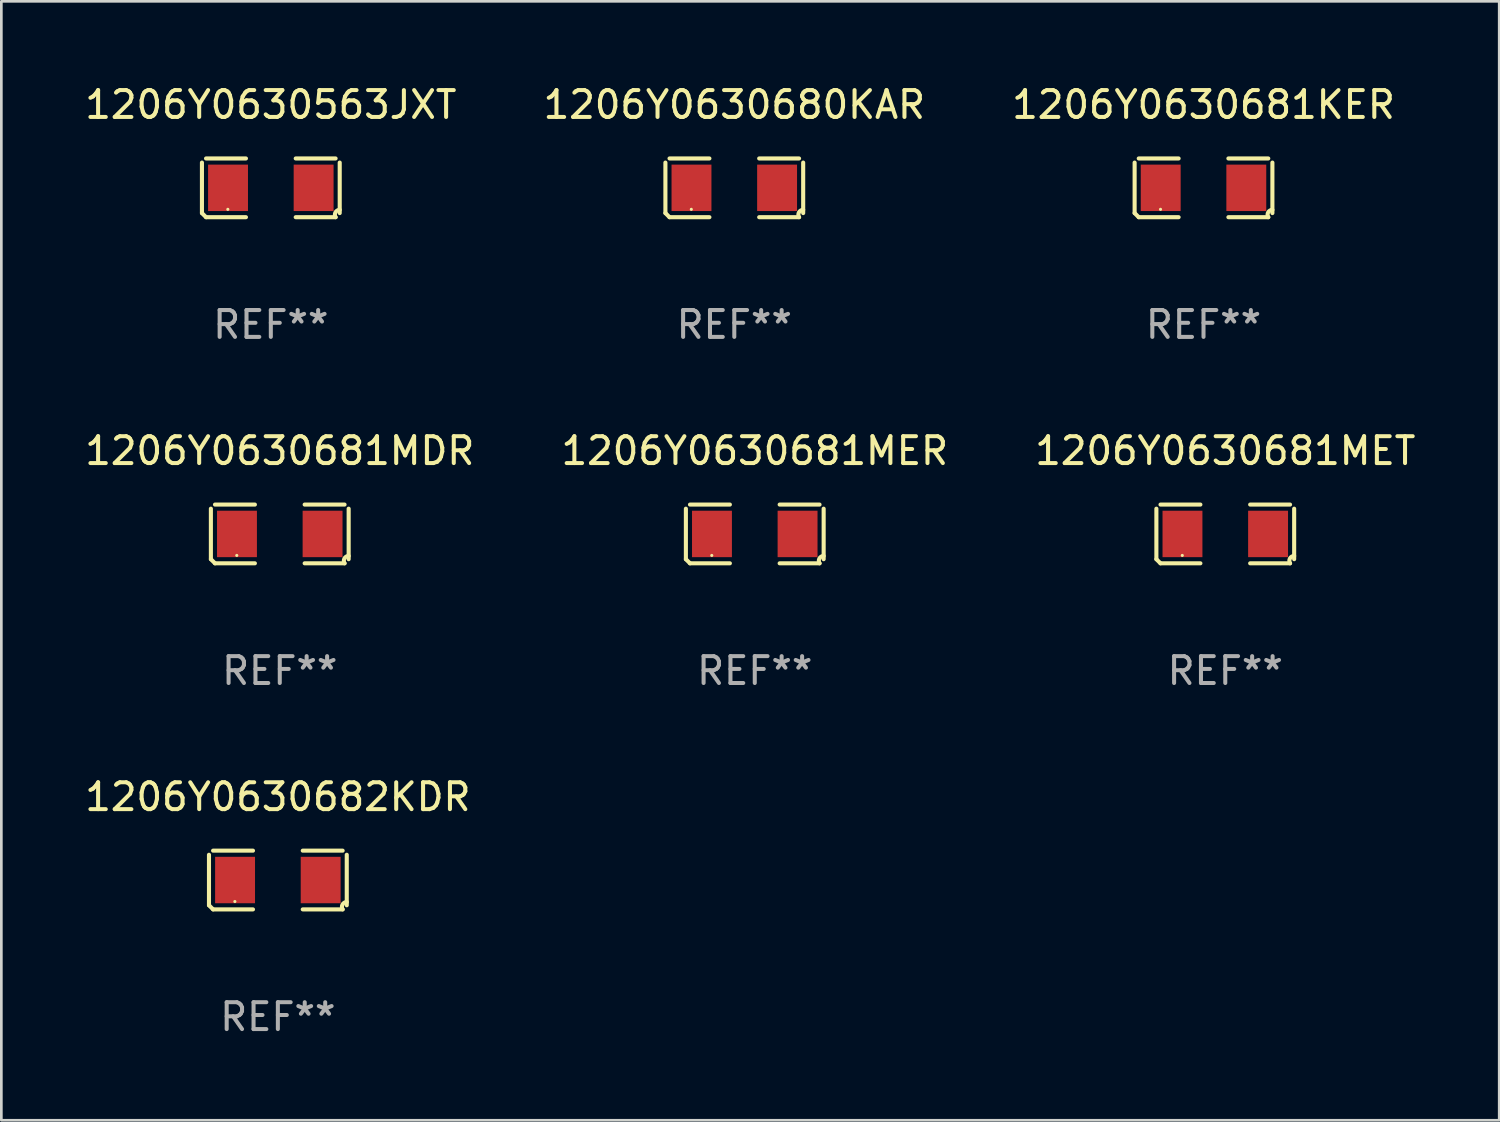
<source format=kicad_pcb>
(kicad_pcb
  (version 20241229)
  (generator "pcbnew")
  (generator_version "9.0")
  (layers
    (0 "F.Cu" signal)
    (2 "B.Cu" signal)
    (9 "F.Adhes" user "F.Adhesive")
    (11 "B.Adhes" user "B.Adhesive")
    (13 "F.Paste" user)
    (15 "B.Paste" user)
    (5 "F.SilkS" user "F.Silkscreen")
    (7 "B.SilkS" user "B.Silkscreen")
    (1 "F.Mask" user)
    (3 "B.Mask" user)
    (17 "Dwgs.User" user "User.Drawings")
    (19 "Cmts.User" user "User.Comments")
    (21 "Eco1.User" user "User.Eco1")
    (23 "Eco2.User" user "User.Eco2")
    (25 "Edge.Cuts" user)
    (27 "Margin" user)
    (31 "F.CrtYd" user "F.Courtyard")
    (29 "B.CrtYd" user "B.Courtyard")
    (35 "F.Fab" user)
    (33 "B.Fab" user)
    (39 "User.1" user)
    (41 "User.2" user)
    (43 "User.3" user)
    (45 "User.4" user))
  (footprint "1206Y0630681MET"
    (layer "F.Cu")
    (at 42.554 16.823)
    (property "Reference" "1206Y0630681MET" (at 0 -3.093 0) (layer "F.SilkS") (effects (font (size 1 1) (thickness 0.15))))
    (attr through_hole)
    (fp_line (start -2.564 0.94) (end -2.564 -0.94) (stroke (width 0.152) (type solid)) (layer "F.SilkS"))
    (fp_line (start -2.411 -1.093) (end -0.926 -1.093) (stroke (width 0.152) (type solid)) (layer "F.SilkS"))
    (fp_line (start -0.926 1.093) (end -2.411 1.093) (stroke (width 0.152) (type solid)) (layer "F.SilkS"))
    (fp_line (start 0.926 1.093) (end 2.411 1.093) (stroke (width 0.152) (type solid)) (layer "F.SilkS"))
    (fp_line (start 2.411 -1.093) (end 0.926 -1.093) (stroke (width 0.152) (type solid)) (layer "F.SilkS"))
    (fp_line (start 2.564 0.94) (end 2.564 -0.94) (stroke (width 0.152) (type solid)) (layer "F.SilkS"))
    (fp_arc (start -2.411201 1.092609) (mid -2.487413 1.01642) (end -2.563602 0.940208) (stroke (width 0.1524) (type solid)) (layer "F.SilkS"))
    (fp_arc (start 2.411201 1.092609) (mid 2.407159 0.911226) (end 2.563602 0.819347) (stroke (width 0.1524) (type solid)) (layer "F.SilkS"))
    (fp_circle (center -1.6 0.8) (end -1.57 0.8) (stroke (width 0.06) (type solid)) (fill no) (layer "F.SilkS"))
    (fp_text user "REF**" (at 0 5.093 0) (layer "F.Fab") (effects (font (size 1 1) (thickness 0.15))))
    (pad "1" smd rect (at -1.593 0) (size 1.485 1.728) (layers "F.Cu" "F.Mask" "F.Paste"))
    (pad "2" smd rect (at 1.593 0) (size 1.485 1.728) (layers "F.Cu" "F.Mask" "F.Paste")))
  (footprint "1206Y0630680KAR"
    (layer "F.Cu")
    (at 24.28 3.941)
    (property "Reference" "1206Y0630680KAR" (at 0 -3.093 0) (layer "F.SilkS") (effects (font (size 1 1) (thickness 0.15))))
    (attr through_hole)
    (fp_line (start -2.564 0.94) (end -2.564 -0.94) (stroke (width 0.152) (type solid)) (layer "F.SilkS"))
    (fp_line (start -2.411 -1.093) (end -0.926 -1.093) (stroke (width 0.152) (type solid)) (layer "F.SilkS"))
    (fp_line (start -0.926 1.093) (end -2.411 1.093) (stroke (width 0.152) (type solid)) (layer "F.SilkS"))
    (fp_line (start 0.926 1.093) (end 2.411 1.093) (stroke (width 0.152) (type solid)) (layer "F.SilkS"))
    (fp_line (start 2.411 -1.093) (end 0.926 -1.093) (stroke (width 0.152) (type solid)) (layer "F.SilkS"))
    (fp_line (start 2.564 0.94) (end 2.564 -0.94) (stroke (width 0.152) (type solid)) (layer "F.SilkS"))
    (fp_arc (start -2.411201 1.092609) (mid -2.487413 1.01642) (end -2.563602 0.940208) (stroke (width 0.1524) (type solid)) (layer "F.SilkS"))
    (fp_arc (start 2.411201 1.092609) (mid 2.407159 0.911226) (end 2.563602 0.819347) (stroke (width 0.1524) (type solid)) (layer "F.SilkS"))
    (fp_circle (center -1.6 0.8) (end -1.57 0.8) (stroke (width 0.06) (type solid)) (fill no) (layer "F.SilkS"))
    (fp_text user "REF**" (at 0 5.093 0) (layer "F.Fab") (effects (font (size 1 1) (thickness 0.15))))
    (pad "1" smd rect (at -1.593 0) (size 1.485 1.728) (layers "F.Cu" "F.Mask" "F.Paste"))
    (pad "2" smd rect (at 1.593 0) (size 1.485 1.728) (layers "F.Cu" "F.Mask" "F.Paste")))
  (footprint "1206Y0630681MER"
    (layer "F.Cu")
    (at 25.042 16.823)
    (property "Reference" "1206Y0630681MER" (at 0 -3.093 0) (layer "F.SilkS") (effects (font (size 1 1) (thickness 0.15))))
    (attr through_hole)
    (fp_line (start -2.564 0.94) (end -2.564 -0.94) (stroke (width 0.152) (type solid)) (layer "F.SilkS"))
    (fp_line (start -2.411 -1.093) (end -0.926 -1.093) (stroke (width 0.152) (type solid)) (layer "F.SilkS"))
    (fp_line (start -0.926 1.093) (end -2.411 1.093) (stroke (width 0.152) (type solid)) (layer "F.SilkS"))
    (fp_line (start 0.926 1.093) (end 2.411 1.093) (stroke (width 0.152) (type solid)) (layer "F.SilkS"))
    (fp_line (start 2.411 -1.093) (end 0.926 -1.093) (stroke (width 0.152) (type solid)) (layer "F.SilkS"))
    (fp_line (start 2.564 0.94) (end 2.564 -0.94) (stroke (width 0.152) (type solid)) (layer "F.SilkS"))
    (fp_arc (start -2.411201 1.092609) (mid -2.487413 1.01642) (end -2.563602 0.940208) (stroke (width 0.1524) (type solid)) (layer "F.SilkS"))
    (fp_arc (start 2.411201 1.092609) (mid 2.407159 0.911226) (end 2.563602 0.819347) (stroke (width 0.1524) (type solid)) (layer "F.SilkS"))
    (fp_circle (center -1.6 0.8) (end -1.57 0.8) (stroke (width 0.06) (type solid)) (fill no) (layer "F.SilkS"))
    (fp_text user "REF**" (at 0 5.093 0) (layer "F.Fab") (effects (font (size 1 1) (thickness 0.15))))
    (pad "1" smd rect (at -1.593 0) (size 1.485 1.728) (layers "F.Cu" "F.Mask" "F.Paste"))
    (pad "2" smd rect (at 1.593 0) (size 1.485 1.728) (layers "F.Cu" "F.Mask" "F.Paste")))
  (footprint "1206Y0630681MDR"
    (layer "F.Cu")
    (at 7.363 16.823)
    (property "Reference" "1206Y0630681MDR" (at 0 -3.093 0) (layer "F.SilkS") (effects (font (size 1 1) (thickness 0.15))))
    (attr through_hole)
    (fp_line (start -2.564 0.94) (end -2.564 -0.94) (stroke (width 0.152) (type solid)) (layer "F.SilkS"))
    (fp_line (start -2.411 -1.093) (end -0.926 -1.093) (stroke (width 0.152) (type solid)) (layer "F.SilkS"))
    (fp_line (start -0.926 1.093) (end -2.411 1.093) (stroke (width 0.152) (type solid)) (layer "F.SilkS"))
    (fp_line (start 0.926 1.093) (end 2.411 1.093) (stroke (width 0.152) (type solid)) (layer "F.SilkS"))
    (fp_line (start 2.411 -1.093) (end 0.926 -1.093) (stroke (width 0.152) (type solid)) (layer "F.SilkS"))
    (fp_line (start 2.564 0.94) (end 2.564 -0.94) (stroke (width 0.152) (type solid)) (layer "F.SilkS"))
    (fp_arc (start -2.411201 1.092609) (mid -2.487413 1.01642) (end -2.563602 0.940208) (stroke (width 0.1524) (type solid)) (layer "F.SilkS"))
    (fp_arc (start 2.411201 1.092609) (mid 2.407159 0.911226) (end 2.563602 0.819347) (stroke (width 0.1524) (type solid)) (layer "F.SilkS"))
    (fp_circle (center -1.6 0.8) (end -1.57 0.8) (stroke (width 0.06) (type solid)) (fill no) (layer "F.SilkS"))
    (fp_text user "REF**" (at 0 5.093 0) (layer "F.Fab") (effects (font (size 1 1) (thickness 0.15))))
    (pad "1" smd rect (at -1.593 0) (size 1.485 1.728) (layers "F.Cu" "F.Mask" "F.Paste"))
    (pad "2" smd rect (at 1.593 0) (size 1.485 1.728) (layers "F.Cu" "F.Mask" "F.Paste")))
  (footprint "1206Y0630682KDR"
    (layer "F.Cu")
    (at 7.292 29.704)
    (property "Reference" "1206Y0630682KDR" (at 0 -3.093 0) (layer "F.SilkS") (effects (font (size 1 1) (thickness 0.15))))
    (attr through_hole)
    (fp_line (start -2.564 0.94) (end -2.564 -0.94) (stroke (width 0.152) (type solid)) (layer "F.SilkS"))
    (fp_line (start -2.411 -1.093) (end -0.926 -1.093) (stroke (width 0.152) (type solid)) (layer "F.SilkS"))
    (fp_line (start -0.926 1.093) (end -2.411 1.093) (stroke (width 0.152) (type solid)) (layer "F.SilkS"))
    (fp_line (start 0.926 1.093) (end 2.411 1.093) (stroke (width 0.152) (type solid)) (layer "F.SilkS"))
    (fp_line (start 2.411 -1.093) (end 0.926 -1.093) (stroke (width 0.152) (type solid)) (layer "F.SilkS"))
    (fp_line (start 2.564 0.94) (end 2.564 -0.94) (stroke (width 0.152) (type solid)) (layer "F.SilkS"))
    (fp_arc (start -2.411201 1.092609) (mid -2.487413 1.01642) (end -2.563602 0.940208) (stroke (width 0.1524) (type solid)) (layer "F.SilkS"))
    (fp_arc (start 2.411201 1.092609) (mid 2.407159 0.911226) (end 2.563602 0.819347) (stroke (width 0.1524) (type solid)) (layer "F.SilkS"))
    (fp_circle (center -1.6 0.8) (end -1.57 0.8) (stroke (width 0.06) (type solid)) (fill no) (layer "F.SilkS"))
    (fp_text user "REF**" (at 0 5.093 0) (layer "F.Fab") (effects (font (size 1 1) (thickness 0.15))))
    (pad "1" smd rect (at -1.593 0) (size 1.485 1.728) (layers "F.Cu" "F.Mask" "F.Paste"))
    (pad "2" smd rect (at 1.593 0) (size 1.485 1.728) (layers "F.Cu" "F.Mask" "F.Paste")))
  (footprint "1206Y0630563JXT"
    (layer "F.Cu")
    (at 7.03 3.941)
    (property "Reference" "1206Y0630563JXT" (at 0 -3.093 0) (layer "F.SilkS") (effects (font (size 1 1) (thickness 0.15))))
    (attr through_hole)
    (fp_line (start -2.564 0.94) (end -2.564 -0.94) (stroke (width 0.152) (type solid)) (layer "F.SilkS"))
    (fp_line (start -2.411 -1.093) (end -0.926 -1.093) (stroke (width 0.152) (type solid)) (layer "F.SilkS"))
    (fp_line (start -0.926 1.093) (end -2.411 1.093) (stroke (width 0.152) (type solid)) (layer "F.SilkS"))
    (fp_line (start 0.926 1.093) (end 2.411 1.093) (stroke (width 0.152) (type solid)) (layer "F.SilkS"))
    (fp_line (start 2.411 -1.093) (end 0.926 -1.093) (stroke (width 0.152) (type solid)) (layer "F.SilkS"))
    (fp_line (start 2.564 0.94) (end 2.564 -0.94) (stroke (width 0.152) (type solid)) (layer "F.SilkS"))
    (fp_arc (start -2.411201 1.092609) (mid -2.487413 1.01642) (end -2.563602 0.940208) (stroke (width 0.1524) (type solid)) (layer "F.SilkS"))
    (fp_arc (start 2.411201 1.092609) (mid 2.407159 0.911226) (end 2.563602 0.819347) (stroke (width 0.1524) (type solid)) (layer "F.SilkS"))
    (fp_circle (center -1.6 0.8) (end -1.57 0.8) (stroke (width 0.06) (type solid)) (fill no) (layer "F.SilkS"))
    (fp_text user "REF**" (at 0 5.093 0) (layer "F.Fab") (effects (font (size 1 1) (thickness 0.15))))
    (pad "1" smd rect (at -1.593 0) (size 1.485 1.728) (layers "F.Cu" "F.Mask" "F.Paste"))
    (pad "2" smd rect (at 1.593 0) (size 1.485 1.728) (layers "F.Cu" "F.Mask" "F.Paste")))
  (footprint "1206Y0630681KER"
    (layer "F.Cu")
    (at 41.744 3.941)
    (property "Reference" "1206Y0630681KER" (at 0 -3.093 0) (layer "F.SilkS") (effects (font (size 1 1) (thickness 0.15))))
    (attr through_hole)
    (fp_line (start -2.564 0.94) (end -2.564 -0.94) (stroke (width 0.152) (type solid)) (layer "F.SilkS"))
    (fp_line (start -2.411 -1.093) (end -0.926 -1.093) (stroke (width 0.152) (type solid)) (layer "F.SilkS"))
    (fp_line (start -0.926 1.093) (end -2.411 1.093) (stroke (width 0.152) (type solid)) (layer "F.SilkS"))
    (fp_line (start 0.926 1.093) (end 2.411 1.093) (stroke (width 0.152) (type solid)) (layer "F.SilkS"))
    (fp_line (start 2.411 -1.093) (end 0.926 -1.093) (stroke (width 0.152) (type solid)) (layer "F.SilkS"))
    (fp_line (start 2.564 0.94) (end 2.564 -0.94) (stroke (width 0.152) (type solid)) (layer "F.SilkS"))
    (fp_arc (start -2.411201 1.092609) (mid -2.487413 1.01642) (end -2.563602 0.940208) (stroke (width 0.1524) (type solid)) (layer "F.SilkS"))
    (fp_arc (start 2.411201 1.092609) (mid 2.407159 0.911226) (end 2.563602 0.819347) (stroke (width 0.1524) (type solid)) (layer "F.SilkS"))
    (fp_circle (center -1.6 0.8) (end -1.57 0.8) (stroke (width 0.06) (type solid)) (fill no) (layer "F.SilkS"))
    (fp_text user "REF**" (at 0 5.093 0) (layer "F.Fab") (effects (font (size 1 1) (thickness 0.15))))
    (pad "1" smd rect (at -1.593 0) (size 1.485 1.728) (layers "F.Cu" "F.Mask" "F.Paste"))
    (pad "2" smd rect (at 1.593 0) (size 1.485 1.728) (layers "F.Cu" "F.Mask" "F.Paste")))
  (gr_rect
    (start -3 -3)
    (end 52.75 38.645)
    (stroke (width 0.1) (type default))
    (fill no)
    (layer "Edge.Cuts")))
</source>
